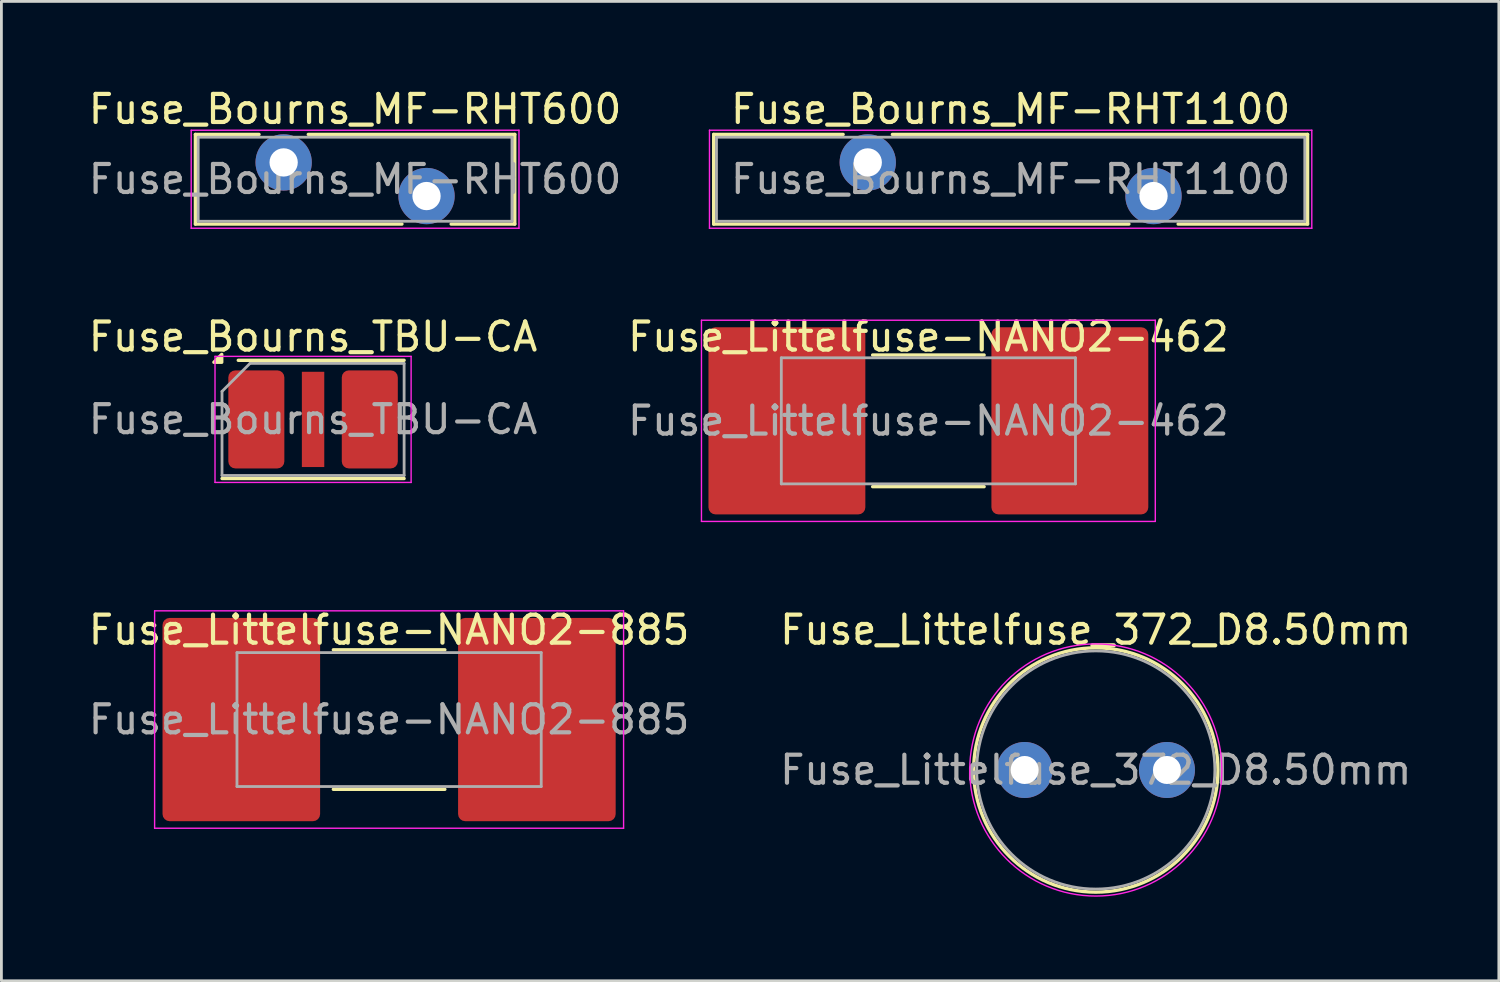
<source format=kicad_pcb>
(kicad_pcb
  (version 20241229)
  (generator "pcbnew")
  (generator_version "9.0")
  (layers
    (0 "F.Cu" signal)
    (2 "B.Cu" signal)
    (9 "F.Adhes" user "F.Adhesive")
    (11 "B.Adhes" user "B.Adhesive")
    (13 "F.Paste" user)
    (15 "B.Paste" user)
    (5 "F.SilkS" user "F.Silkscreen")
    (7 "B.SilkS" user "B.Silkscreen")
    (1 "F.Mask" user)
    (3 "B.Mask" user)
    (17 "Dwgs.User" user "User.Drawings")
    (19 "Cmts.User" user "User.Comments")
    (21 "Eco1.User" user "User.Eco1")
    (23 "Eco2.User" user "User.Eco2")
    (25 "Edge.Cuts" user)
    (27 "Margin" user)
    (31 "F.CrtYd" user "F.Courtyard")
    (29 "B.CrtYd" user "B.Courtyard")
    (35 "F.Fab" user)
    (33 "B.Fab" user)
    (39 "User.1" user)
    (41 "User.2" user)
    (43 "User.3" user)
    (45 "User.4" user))
  (footprint "Fuse_Bourns_MF-RHT1100"
    (layer "F.Cu")
    (at 27.925 2.748)
    (property "Reference" "Fuse_Bourns_MF-RHT1100" (at 5.1 -1.9 0) (layer "F.SilkS") (effects (font (size 1 1) (thickness 0.15))))
    (attr through_hole)
    (fp_line (start -5.5 -1) (end -5.5 2.2) (stroke (width 0.12) (type solid)) (layer "F.SilkS"))
    (fp_line (start -5.5 -1) (end -0.879 -1) (stroke (width 0.12) (type solid)) (layer "F.SilkS"))
    (fp_line (start -5.5 2.2) (end 9.322 2.2) (stroke (width 0.12) (type solid)) (layer "F.SilkS"))
    (fp_line (start 0.879 -1) (end 15.7 -1) (stroke (width 0.12) (type solid)) (layer "F.SilkS"))
    (fp_line (start 11.079 2.2) (end 15.7 2.2) (stroke (width 0.12) (type solid)) (layer "F.SilkS"))
    (fp_line (start 15.7 -1) (end 15.7 2.2) (stroke (width 0.12) (type solid)) (layer "F.SilkS"))
    (fp_line (start -5.65 -1.15) (end -5.65 2.35) (stroke (width 0.05) (type solid)) (layer "F.CrtYd"))
    (fp_line (start -5.65 2.35) (end 15.85 2.35) (stroke (width 0.05) (type solid)) (layer "F.CrtYd"))
    (fp_line (start 15.85 -1.15) (end -5.65 -1.15) (stroke (width 0.05) (type solid)) (layer "F.CrtYd"))
    (fp_line (start 15.85 2.35) (end 15.85 -1.15) (stroke (width 0.05) (type solid)) (layer "F.CrtYd"))
    (fp_line (start -5.4 -0.9) (end -5.4 2.1) (stroke (width 0.1) (type solid)) (layer "F.Fab"))
    (fp_line (start -5.4 2.1) (end 15.6 2.1) (stroke (width 0.1) (type solid)) (layer "F.Fab"))
    (fp_line (start 15.6 -0.9) (end -5.4 -0.9) (stroke (width 0.1) (type solid)) (layer "F.Fab"))
    (fp_line (start 15.6 2.1) (end 15.6 -0.9) (stroke (width 0.1) (type solid)) (layer "F.Fab"))
    (fp_text user "${REFERENCE}" (at 5.1 0.6 0) (layer "F.Fab") (effects (font (size 1 1) (thickness 0.15))))
    (pad "1" thru_hole circle (at 0 0) (size 2.01 2.01) (drill 1.01) (layers "*.Cu" "*.Mask"))
    (pad "2" thru_hole circle (at 10.2 1.2) (size 2.01 2.01) (drill 1.01) (layers "*.Cu" "*.Mask")))
  (footprint "Fuse_Littelfuse-NANO2-885"
    (layer "F.Cu")
    (at 10.839 22.635)
    (property "Reference" "Fuse_Littelfuse-NANO2-885" (at 0 -3.2 0) (unlocked yes) (layer "F.SilkS") (effects (font (size 1 1) (thickness 0.15))))
    (attr smd)
    (fp_line (start -1.99 -2.49) (end 1.99 -2.49) (stroke (width 0.12) (type solid)) (layer "F.SilkS"))
    (fp_line (start -1.99 2.49) (end 1.99 2.49) (stroke (width 0.12) (type solid)) (layer "F.SilkS"))
    (fp_line (start -8.37 -3.88) (end -8.37 3.88) (stroke (width 0.05) (type default)) (layer "F.CrtYd"))
    (fp_line (start -8.37 -3.88) (end 8.37 -3.88) (stroke (width 0.05) (type solid)) (layer "F.CrtYd"))
    (fp_line (start 8.37 -3.88) (end 8.37 3.88) (stroke (width 0.05) (type default)) (layer "F.CrtYd"))
    (fp_line (start 8.37 3.88) (end -8.37 3.88) (stroke (width 0.05) (type solid)) (layer "F.CrtYd"))
    (fp_line (start -5.43 -2.39) (end -5.43 2.39) (stroke (width 0.1) (type default)) (layer "F.Fab"))
    (fp_line (start -5.43 -2.39) (end 5.43 -2.39) (stroke (width 0.1) (type solid)) (layer "F.Fab"))
    (fp_line (start -5.43 2.39) (end 5.43 2.39) (stroke (width 0.1) (type solid)) (layer "F.Fab"))
    (fp_line (start 5.43 -2.39) (end 5.43 2.39) (stroke (width 0.1) (type default)) (layer "F.Fab"))
    (fp_text user "${REFERENCE}" (at 0 0 0) (layer "F.Fab") (effects (font (size 1 1) (thickness 0.15))))
    (pad "1" smd roundrect (at -5.275 0) (size 5.625 7.255) (layers "F.Cu" "F.Mask" "F.Paste") (roundrect_rratio 0.045))
    (pad "2" smd roundrect (at 5.275 0) (size 5.625 7.255) (layers "F.Cu" "F.Mask" "F.Paste") (roundrect_rratio 0.045)))
  (footprint "Fuse_Bourns_MF-RHT600"
    (layer "F.Cu")
    (at 7.075 2.748)
    (property "Reference" "Fuse_Bourns_MF-RHT600" (at 2.55 -1.9 0) (layer "F.SilkS") (effects (font (size 1 1) (thickness 0.15))))
    (attr through_hole)
    (fp_line (start -3.15 -1) (end -3.15 2.2) (stroke (width 0.12) (type solid)) (layer "F.SilkS"))
    (fp_line (start -3.15 -1) (end -0.879 -1) (stroke (width 0.12) (type solid)) (layer "F.SilkS"))
    (fp_line (start -3.15 2.2) (end 4.222 2.2) (stroke (width 0.12) (type solid)) (layer "F.SilkS"))
    (fp_line (start 0.879 -1) (end 8.25 -1) (stroke (width 0.12) (type solid)) (layer "F.SilkS"))
    (fp_line (start 5.979 2.2) (end 8.25 2.2) (stroke (width 0.12) (type solid)) (layer "F.SilkS"))
    (fp_line (start 8.25 -1) (end 8.25 2.2) (stroke (width 0.12) (type solid)) (layer "F.SilkS"))
    (fp_line (start -3.3 -1.15) (end -3.3 2.35) (stroke (width 0.05) (type solid)) (layer "F.CrtYd"))
    (fp_line (start -3.3 2.35) (end 8.4 2.35) (stroke (width 0.05) (type solid)) (layer "F.CrtYd"))
    (fp_line (start 8.4 -1.15) (end -3.3 -1.15) (stroke (width 0.05) (type solid)) (layer "F.CrtYd"))
    (fp_line (start 8.4 2.35) (end 8.4 -1.15) (stroke (width 0.05) (type solid)) (layer "F.CrtYd"))
    (fp_line (start -3.05 -0.9) (end -3.05 2.1) (stroke (width 0.1) (type solid)) (layer "F.Fab"))
    (fp_line (start -3.05 2.1) (end 8.15 2.1) (stroke (width 0.1) (type solid)) (layer "F.Fab"))
    (fp_line (start 8.15 -0.9) (end -3.05 -0.9) (stroke (width 0.1) (type solid)) (layer "F.Fab"))
    (fp_line (start 8.15 2.1) (end 8.15 -0.9) (stroke (width 0.1) (type solid)) (layer "F.Fab"))
    (fp_text user "${REFERENCE}" (at 2.55 0.6 0) (layer "F.Fab") (effects (font (size 1 1) (thickness 0.15))))
    (pad "1" thru_hole circle (at 0 0) (size 2.01 2.01) (drill 1.01) (layers "*.Cu" "*.Mask"))
    (pad "2" thru_hole circle (at 5.1 1.2) (size 2.01 2.01) (drill 1.01) (layers "*.Cu" "*.Mask")))
  (footprint "Fuse_Bourns_TBU-CA"
    (layer "F.Cu")
    (at 8.125 11.921)
    (property "Reference" "Fuse_Bourns_TBU-CA" (at 0 -2.95 0) (layer "F.SilkS") (effects (font (size 1 1) (thickness 0.15))))
    (attr smd)
    (fp_line (start -3.25 2.11) (end 3.25 2.11) (stroke (width 0.12) (type solid)) (layer "F.SilkS"))
    (fp_line (start -2.67 -2.11) (end 3.25 -2.11) (stroke (width 0.12) (type solid)) (layer "F.SilkS"))
    (fp_poly (pts (xy -3.26 -2.04) (xy -3.54 -2.04) (xy -3.26 -2.32) (xy -3.26 -2.04)) (stroke (width 0.12) (type solid)) (fill yes) (layer "F.SilkS"))
    (fp_line (start -3.5 -2.25) (end -3.5 2.25) (stroke (width 0.05) (type solid)) (layer "F.CrtYd"))
    (fp_line (start -3.5 2.25) (end 3.5 2.25) (stroke (width 0.05) (type solid)) (layer "F.CrtYd"))
    (fp_line (start 3.5 -2.25) (end -3.5 -2.25) (stroke (width 0.05) (type solid)) (layer "F.CrtYd"))
    (fp_line (start 3.5 2.25) (end 3.5 -2.25) (stroke (width 0.05) (type solid)) (layer "F.CrtYd"))
    (fp_line (start -3.25 -1) (end -2.25 -2) (stroke (width 0.1) (type solid)) (layer "F.Fab"))
    (fp_line (start -3.25 2) (end -3.25 -1) (stroke (width 0.1) (type solid)) (layer "F.Fab"))
    (fp_line (start -2.25 -2) (end 3.25 -2) (stroke (width 0.1) (type solid)) (layer "F.Fab"))
    (fp_line (start 3.25 -2) (end 3.25 2) (stroke (width 0.1) (type solid)) (layer "F.Fab"))
    (fp_line (start 3.25 2) (end -3.25 2) (stroke (width 0.1) (type solid)) (layer "F.Fab"))
    (fp_text user "${REFERENCE}" (at 0 0 0) (layer "F.Fab") (effects (font (size 1 1) (thickness 0.15))))
    (pad "1" smd roundrect (at -2.025 0) (size 2 3.5) (layers "F.Cu" "F.Mask" "F.Paste") (roundrect_rratio 0.125))
    (pad "2" smd rect (at 0 0) (size 0.8 3.4) (layers "F.Cu" "F.Mask" "F.Paste"))
    (pad "3" smd roundrect (at 2.025 0) (size 2 3.5) (layers "F.Cu" "F.Mask" "F.Paste") (roundrect_rratio 0.125)))
  (footprint "Fuse_Littelfuse_372_D8.50mm"
    (layer "F.Cu")
    (at 33.525 24.435)
    (property "Reference" "Fuse_Littelfuse_372_D8.50mm" (at 2.54 -5 0) (layer "F.SilkS") (effects (font (size 1 1) (thickness 0.15))))
    (attr through_hole)
    (fp_circle (center 2.54 0) (end 6.9 0) (stroke (width 0.12) (type solid)) (fill no) (layer "F.SilkS"))
    (fp_circle (center 2.54 0) (end 7.04 0) (stroke (width 0.05) (type solid)) (fill no) (layer "F.CrtYd"))
    (fp_circle (center 2.54 0) (end 6.79 0) (stroke (width 0.1) (type solid)) (fill no) (layer "F.Fab"))
    (fp_text user "${REFERENCE}" (at 2.54 0 0) (layer "F.Fab") (effects (font (size 1 1) (thickness 0.15))))
    (pad "1" thru_hole circle (at 0 0) (size 2 2) (drill 1) (layers "*.Cu" "*.Mask"))
    (pad "2" thru_hole circle (at 5.08 0) (size 2 2) (drill 1) (layers "*.Cu" "*.Mask")))
  (footprint "Fuse_Littelfuse-NANO2-462"
    (layer "F.Cu")
    (at 30.089 11.972)
    (property "Reference" "Fuse_Littelfuse-NANO2-462" (at 0 -3 0) (unlocked yes) (layer "F.SilkS") (effects (font (size 1 1) (thickness 0.15))))
    (attr smd)
    (fp_line (start -1.99 -2.35) (end 1.99 -2.35) (stroke (width 0.12) (type solid)) (layer "F.SilkS"))
    (fp_line (start -1.99 2.35) (end 1.99 2.35) (stroke (width 0.12) (type solid)) (layer "F.SilkS"))
    (fp_line (start -8.1 -3.59) (end -8.1 3.59) (stroke (width 0.05) (type default)) (layer "F.CrtYd"))
    (fp_line (start -8.1 -3.59) (end 8.1 -3.59) (stroke (width 0.05) (type solid)) (layer "F.CrtYd"))
    (fp_line (start 8.1 -3.59) (end 8.1 3.59) (stroke (width 0.05) (type default)) (layer "F.CrtYd"))
    (fp_line (start 8.1 3.59) (end -8.1 3.59) (stroke (width 0.05) (type solid)) (layer "F.CrtYd"))
    (fp_line (start -5.25 -2.25) (end -5.25 2.25) (stroke (width 0.1) (type default)) (layer "F.Fab"))
    (fp_line (start -5.25 -2.25) (end 5.25 -2.25) (stroke (width 0.1) (type solid)) (layer "F.Fab"))
    (fp_line (start -5.25 2.25) (end 5.25 2.25) (stroke (width 0.1) (type solid)) (layer "F.Fab"))
    (fp_line (start 5.25 -2.25) (end 5.25 2.25) (stroke (width 0.1) (type default)) (layer "F.Fab"))
    (fp_text user "${REFERENCE}" (at 0 0 0) (layer "F.Fab") (effects (font (size 1 1) (thickness 0.15))))
    (pad "1" smd roundrect (at -5.05 0) (size 5.6 6.68) (layers "F.Cu" "F.Mask" "F.Paste") (roundrect_rratio 0.045))
    (pad "2" smd roundrect (at 5.05 0) (size 5.6 6.68) (layers "F.Cu" "F.Mask" "F.Paste") (roundrect_rratio 0.045)))
  (gr_rect
    (start -3 -3)
    (end 50.452 31.96)
    (stroke (width 0.1) (type default))
    (fill no)
    (layer "Edge.Cuts")))
</source>
